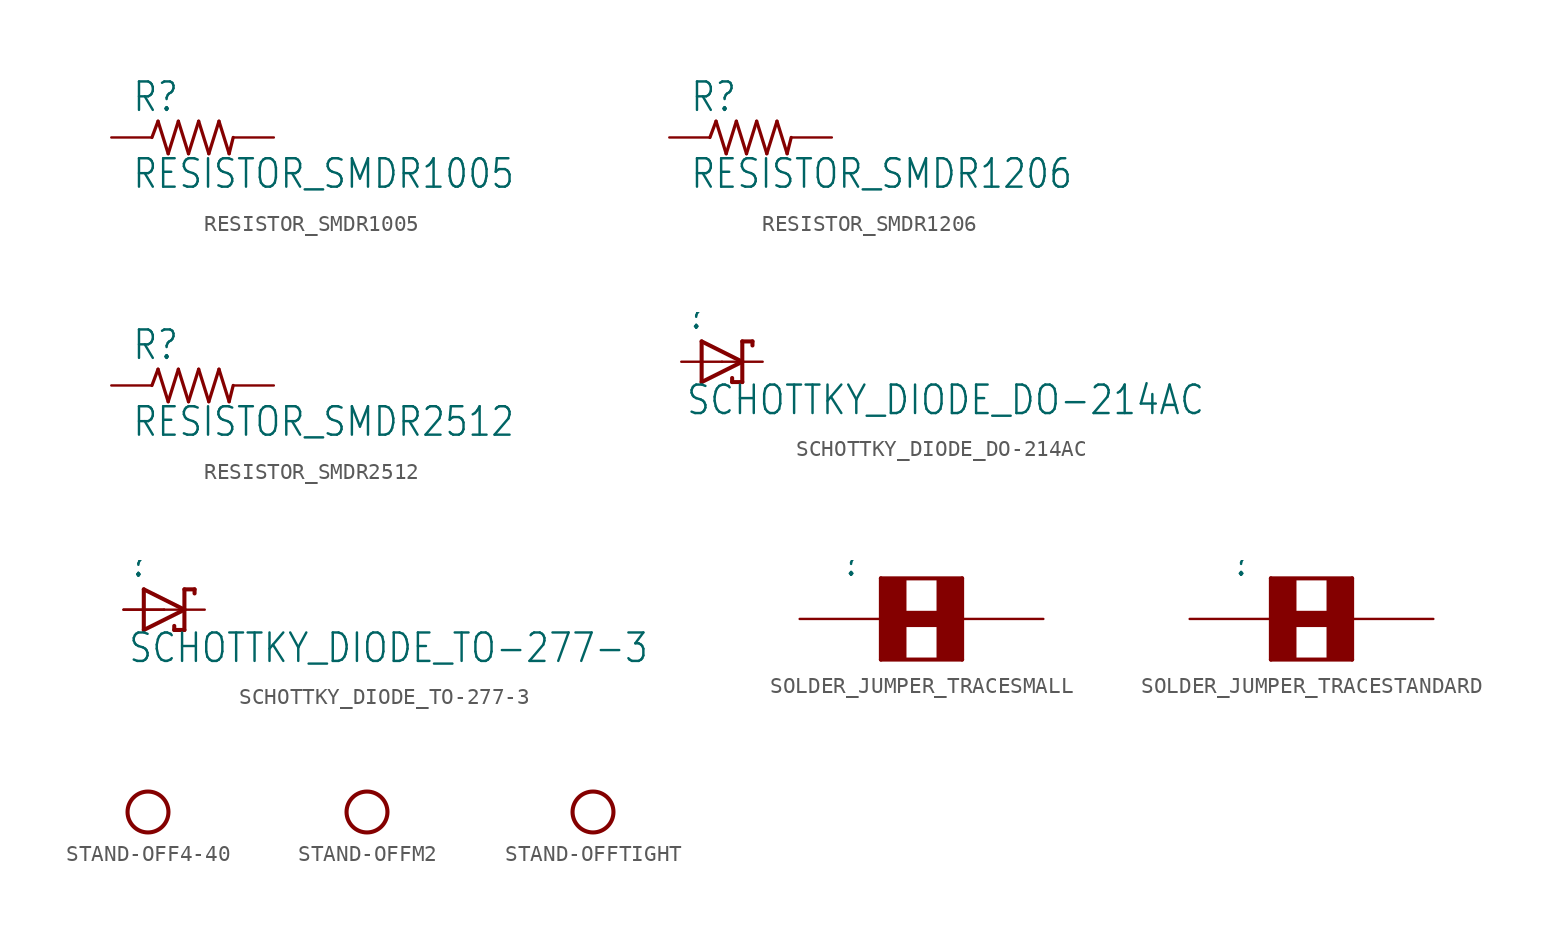
<source format=kicad_sym>
(kicad_symbol_lib
  (version 20211014)
  (generator kicad_symbol_editor)
  (symbol "RESISTOR_SMDR1005"
    (property "Reference" "R"
      (at -3.81 1.499 0)
      (effects (font (size 1.778 1.511)) (justify left bottom)))
    (property "Value" "RESISTOR_SMDR1005"
      (at -3.81 -3.302 0)
      (effects (font (size 1.778 1.511)) (justify left bottom)))
    (property "ki_locked" ""
      (at 0 0 0)
      (effects (font (size 1.27 1.27))))
    (symbol "RESISTOR_SMDR1005_1_0"
      (polyline (pts (xy -2.54 0) (xy -2.159 1.016)) (stroke (width 0.203) (type default) (color 0 0 0 0)) (fill (type none)))
      (polyline (pts (xy -2.159 1.016) (xy -1.524 -1.016)) (stroke (width 0.203) (type default) (color 0 0 0 0)) (fill (type none)))
      (polyline (pts (xy -1.524 -1.016) (xy -0.889 1.016)) (stroke (width 0.203) (type default) (color 0 0 0 0)) (fill (type none)))
      (polyline (pts (xy -0.889 1.016) (xy -0.254 -1.016)) (stroke (width 0.203) (type default) (color 0 0 0 0)) (fill (type none)))
      (polyline (pts (xy -0.254 -1.016) (xy 0.381 1.016)) (stroke (width 0.203) (type default) (color 0 0 0 0)) (fill (type none)))
      (polyline (pts (xy 0.381 1.016) (xy 1.016 -1.016)) (stroke (width 0.203) (type default) (color 0 0 0 0)) (fill (type none)))
      (polyline (pts (xy 1.016 -1.016) (xy 1.651 1.016)) (stroke (width 0.203) (type default) (color 0 0 0 0)) (fill (type none)))
      (polyline (pts (xy 1.651 1.016) (xy 2.286 -1.016)) (stroke (width 0.203) (type default) (color 0 0 0 0)) (fill (type none)))
      (polyline (pts (xy 2.286 -1.016) (xy 2.54 0)) (stroke (width 0.203) (type default) (color 0 0 0 0)) (fill (type none)))
      (pin passive line (at -5.08 0 0) (length 2.54) (name "1" (effects (font (size 0 0)))) (number "1" (effects (font (size 0 0)))))
      (pin passive line (at 5.08 0 180) (length 2.54) (name "2" (effects (font (size 0 0)))) (number "2" (effects (font (size 0 0)))))))
  (symbol "RESISTOR_SMDR1206"
    (property "Reference" "R"
      (at -3.81 1.499 0)
      (effects (font (size 1.778 1.511)) (justify left bottom)))
    (property "Value" "RESISTOR_SMDR1206"
      (at -3.81 -3.302 0)
      (effects (font (size 1.778 1.511)) (justify left bottom)))
    (property "ki_locked" ""
      (at 0 0 0)
      (effects (font (size 1.27 1.27))))
    (symbol "RESISTOR_SMDR1206_1_0"
      (polyline (pts (xy -2.54 0) (xy -2.159 1.016)) (stroke (width 0.203) (type default) (color 0 0 0 0)) (fill (type none)))
      (polyline (pts (xy -2.159 1.016) (xy -1.524 -1.016)) (stroke (width 0.203) (type default) (color 0 0 0 0)) (fill (type none)))
      (polyline (pts (xy -1.524 -1.016) (xy -0.889 1.016)) (stroke (width 0.203) (type default) (color 0 0 0 0)) (fill (type none)))
      (polyline (pts (xy -0.889 1.016) (xy -0.254 -1.016)) (stroke (width 0.203) (type default) (color 0 0 0 0)) (fill (type none)))
      (polyline (pts (xy -0.254 -1.016) (xy 0.381 1.016)) (stroke (width 0.203) (type default) (color 0 0 0 0)) (fill (type none)))
      (polyline (pts (xy 0.381 1.016) (xy 1.016 -1.016)) (stroke (width 0.203) (type default) (color 0 0 0 0)) (fill (type none)))
      (polyline (pts (xy 1.016 -1.016) (xy 1.651 1.016)) (stroke (width 0.203) (type default) (color 0 0 0 0)) (fill (type none)))
      (polyline (pts (xy 1.651 1.016) (xy 2.286 -1.016)) (stroke (width 0.203) (type default) (color 0 0 0 0)) (fill (type none)))
      (polyline (pts (xy 2.286 -1.016) (xy 2.54 0)) (stroke (width 0.203) (type default) (color 0 0 0 0)) (fill (type none)))
      (pin passive line (at -5.08 0 0) (length 2.54) (name "1" (effects (font (size 0 0)))) (number "1" (effects (font (size 0 0)))))
      (pin passive line (at 5.08 0 180) (length 2.54) (name "2" (effects (font (size 0 0)))) (number "2" (effects (font (size 0 0)))))))
  (symbol "RESISTOR_SMDR2512"
    (property "Reference" "R"
      (at -3.81 1.499 0)
      (effects (font (size 1.778 1.511)) (justify left bottom)))
    (property "Value" "RESISTOR_SMDR2512"
      (at -3.81 -3.302 0)
      (effects (font (size 1.778 1.511)) (justify left bottom)))
    (property "ki_locked" ""
      (at 0 0 0)
      (effects (font (size 1.27 1.27))))
    (symbol "RESISTOR_SMDR2512_1_0"
      (polyline (pts (xy -2.54 0) (xy -2.159 1.016)) (stroke (width 0.203) (type default) (color 0 0 0 0)) (fill (type none)))
      (polyline (pts (xy -2.159 1.016) (xy -1.524 -1.016)) (stroke (width 0.203) (type default) (color 0 0 0 0)) (fill (type none)))
      (polyline (pts (xy -1.524 -1.016) (xy -0.889 1.016)) (stroke (width 0.203) (type default) (color 0 0 0 0)) (fill (type none)))
      (polyline (pts (xy -0.889 1.016) (xy -0.254 -1.016)) (stroke (width 0.203) (type default) (color 0 0 0 0)) (fill (type none)))
      (polyline (pts (xy -0.254 -1.016) (xy 0.381 1.016)) (stroke (width 0.203) (type default) (color 0 0 0 0)) (fill (type none)))
      (polyline (pts (xy 0.381 1.016) (xy 1.016 -1.016)) (stroke (width 0.203) (type default) (color 0 0 0 0)) (fill (type none)))
      (polyline (pts (xy 1.016 -1.016) (xy 1.651 1.016)) (stroke (width 0.203) (type default) (color 0 0 0 0)) (fill (type none)))
      (polyline (pts (xy 1.651 1.016) (xy 2.286 -1.016)) (stroke (width 0.203) (type default) (color 0 0 0 0)) (fill (type none)))
      (polyline (pts (xy 2.286 -1.016) (xy 2.54 0)) (stroke (width 0.203) (type default) (color 0 0 0 0)) (fill (type none)))
      (pin passive line (at -5.08 0 0) (length 2.54) (name "1" (effects (font (size 0 0)))) (number "P$1" (effects (font (size 0 0)))))
      (pin passive line (at 5.08 0 180) (length 2.54) (name "2" (effects (font (size 0 0)))) (number "P$2" (effects (font (size 0 0)))))))
  (symbol "SCHOTTKY_DIODE_DO-214AC"
    (property "Reference" ""
      (at -2.286 1.905 0)
      (effects (font (size 1.778 1.511)) (justify left bottom)))
    (property "Value" "SCHOTTKY_DIODE_DO-214AC"
      (at -2.286 -3.429 0)
      (effects (font (size 1.778 1.511)) (justify left bottom)))
    (property "ki_locked" ""
      (at 0 0 0)
      (effects (font (size 1.27 1.27))))
    (symbol "SCHOTTKY_DIODE_DO-214AC_1_0"
      (polyline (pts (xy -1.27 -1.27) (xy 1.27 0)) (stroke (width 0.254) (type default) (color 0 0 0 0)) (fill (type none)))
      (polyline (pts (xy -1.27 1.27) (xy -1.27 -1.27)) (stroke (width 0.254) (type default) (color 0 0 0 0)) (fill (type none)))
      (polyline (pts (xy 0.635 -1.016) (xy 0.635 -1.27)) (stroke (width 0.254) (type default) (color 0 0 0 0)) (fill (type none)))
      (polyline (pts (xy 1.27 -1.27) (xy 0.635 -1.27)) (stroke (width 0.254) (type default) (color 0 0 0 0)) (fill (type none)))
      (polyline (pts (xy 1.27 0) (xy -1.27 1.27)) (stroke (width 0.254) (type default) (color 0 0 0 0)) (fill (type none)))
      (polyline (pts (xy 1.27 0) (xy 1.27 -1.27)) (stroke (width 0.254) (type default) (color 0 0 0 0)) (fill (type none)))
      (polyline (pts (xy 1.27 1.27) (xy 1.27 0)) (stroke (width 0.254) (type default) (color 0 0 0 0)) (fill (type none)))
      (polyline (pts (xy 1.905 1.27) (xy 1.27 1.27)) (stroke (width 0.254) (type default) (color 0 0 0 0)) (fill (type none)))
      (polyline (pts (xy 1.905 1.27) (xy 1.905 1.016)) (stroke (width 0.254) (type default) (color 0 0 0 0)) (fill (type none)))
      (pin passive line (at -2.54 0 0) (length 2.54) (name "A" (effects (font (size 0 0)))) (number "A" (effects (font (size 0 0)))))
      (pin passive line (at 2.54 0 180) (length 2.54) (name "C" (effects (font (size 0 0)))) (number "C" (effects (font (size 0 0)))))))
  (symbol "SCHOTTKY_DIODE_TO-277-3"
    (property "Reference" ""
      (at -2.286 1.905 0)
      (effects (font (size 1.778 1.511)) (justify left bottom)))
    (property "Value" "SCHOTTKY_DIODE_TO-277-3"
      (at -2.286 -3.429 0)
      (effects (font (size 1.778 1.511)) (justify left bottom)))
    (property "ki_locked" ""
      (at 0 0 0)
      (effects (font (size 1.27 1.27))))
    (symbol "SCHOTTKY_DIODE_TO-277-3_1_0"
      (polyline (pts (xy -1.27 -1.27) (xy 1.27 0)) (stroke (width 0.254) (type default) (color 0 0 0 0)) (fill (type none)))
      (polyline (pts (xy -1.27 1.27) (xy -1.27 -1.27)) (stroke (width 0.254) (type default) (color 0 0 0 0)) (fill (type none)))
      (polyline (pts (xy 0.635 -1.016) (xy 0.635 -1.27)) (stroke (width 0.254) (type default) (color 0 0 0 0)) (fill (type none)))
      (polyline (pts (xy 1.27 -1.27) (xy 0.635 -1.27)) (stroke (width 0.254) (type default) (color 0 0 0 0)) (fill (type none)))
      (polyline (pts (xy 1.27 0) (xy -1.27 1.27)) (stroke (width 0.254) (type default) (color 0 0 0 0)) (fill (type none)))
      (polyline (pts (xy 1.27 0) (xy 1.27 -1.27)) (stroke (width 0.254) (type default) (color 0 0 0 0)) (fill (type none)))
      (polyline (pts (xy 1.27 1.27) (xy 1.27 0)) (stroke (width 0.254) (type default) (color 0 0 0 0)) (fill (type none)))
      (polyline (pts (xy 1.905 1.27) (xy 1.27 1.27)) (stroke (width 0.254) (type default) (color 0 0 0 0)) (fill (type none)))
      (polyline (pts (xy 1.905 1.27) (xy 1.905 1.016)) (stroke (width 0.254) (type default) (color 0 0 0 0)) (fill (type none)))
      (pin passive line (at -2.54 0 0) (length 2.54) (name "A" (effects (font (size 0 0)))) (number "P$1" (effects (font (size 0 0)))))
      (pin passive line (at -2.54 0 0) (length 2.54) (name "A" (effects (font (size 0 0)))) (number "P$2" (effects (font (size 0 0)))))
      (pin passive line (at 2.54 0 180) (length 2.54) (name "C" (effects (font (size 0 0)))) (number "P$3" (effects (font (size 0 0)))))))
  (symbol "SOLDER_JUMPER_TRACESMALL"
    (property "Reference" ""
      (at -5.08 2.54 0)
      (effects (font (size 1.778 1.511)) (justify left bottom)))
    (property "ki_locked" ""
      (at 0 0 0)
      (effects (font (size 1.27 1.27))))
    (symbol "SOLDER_JUMPER_TRACESMALL_1_0"
      (rectangle (start -2.54 -2.54) (end -1.016 2.54) (stroke (width 0) (type default) (color 0 0 0 0)) (fill (type outline)))
      (polyline (pts (xy -2.54 -2.54) (xy -2.54 2.54)) (stroke (width 0.254) (type default) (color 0 0 0 0)) (fill (type none)))
      (polyline (pts (xy -2.54 2.54) (xy 2.54 2.54)) (stroke (width 0.254) (type default) (color 0 0 0 0)) (fill (type none)))
      (polyline (pts (xy -1.524 0) (xy 1.524 0)) (stroke (width 1.016) (type default) (color 0 0 0 0)) (fill (type none)))
      (polyline (pts (xy 2.54 -2.54) (xy -2.54 -2.54)) (stroke (width 0.254) (type default) (color 0 0 0 0)) (fill (type none)))
      (polyline (pts (xy 2.54 2.54) (xy 2.54 -2.54)) (stroke (width 0.254) (type default) (color 0 0 0 0)) (fill (type none)))
      (rectangle (start 1.016 -2.54) (end 2.54 2.54) (stroke (width 0) (type default) (color 0 0 0 0)) (fill (type outline)))
      (pin bidirectional line (at -7.62 0 0) (length 5.08) (name "P$1" (effects (font (size 0 0)))) (number "1" (effects (font (size 0 0)))))
      (pin bidirectional line (at 7.62 0 180) (length 5.08) (name "P$2" (effects (font (size 0 0)))) (number "2" (effects (font (size 0 0)))))))
  (symbol "SOLDER_JUMPER_TRACESTANDARD"
    (property "Reference" ""
      (at -5.08 2.54 0)
      (effects (font (size 1.778 1.511)) (justify left bottom)))
    (property "ki_locked" ""
      (at 0 0 0)
      (effects (font (size 1.27 1.27))))
    (symbol "SOLDER_JUMPER_TRACESTANDARD_1_0"
      (rectangle (start -2.54 -2.54) (end -1.016 2.54) (stroke (width 0) (type default) (color 0 0 0 0)) (fill (type outline)))
      (polyline (pts (xy -2.54 -2.54) (xy -2.54 2.54)) (stroke (width 0.254) (type default) (color 0 0 0 0)) (fill (type none)))
      (polyline (pts (xy -2.54 2.54) (xy 2.54 2.54)) (stroke (width 0.254) (type default) (color 0 0 0 0)) (fill (type none)))
      (polyline (pts (xy -1.524 0) (xy 1.524 0)) (stroke (width 1.016) (type default) (color 0 0 0 0)) (fill (type none)))
      (polyline (pts (xy 2.54 -2.54) (xy -2.54 -2.54)) (stroke (width 0.254) (type default) (color 0 0 0 0)) (fill (type none)))
      (polyline (pts (xy 2.54 2.54) (xy 2.54 -2.54)) (stroke (width 0.254) (type default) (color 0 0 0 0)) (fill (type none)))
      (rectangle (start 1.016 -2.54) (end 2.54 2.54) (stroke (width 0) (type default) (color 0 0 0 0)) (fill (type outline)))
      (pin bidirectional line (at -7.62 0 0) (length 5.08) (name "P$1" (effects (font (size 0 0)))) (number "1" (effects (font (size 0 0)))))
      (pin bidirectional line (at 7.62 0 180) (length 5.08) (name "P$2" (effects (font (size 0 0)))) (number "2" (effects (font (size 0 0)))))))
  (symbol "STAND-OFF4-40"
    (property "Reference" "STANDOFF"
      (at 0 0 0)
      (effects (font (size 1.27 1.27)) hide))
    (property "ki_locked" ""
      (at 0 0 0)
      (effects (font (size 1.27 1.27))))
    (symbol "STAND-OFF4-40_1_0"
      (circle (center 0 0) (radius 1.27) (stroke (width 0.254) (type default) (color 0 0 0 0)) (fill (type none)))))
  (symbol "STAND-OFFM2"
    (property "Reference" "STANDOFF"
      (at 0 0 0)
      (effects (font (size 1.27 1.27)) hide))
    (property "ki_locked" ""
      (at 0 0 0)
      (effects (font (size 1.27 1.27))))
    (symbol "STAND-OFFM2_1_0"
      (circle (center 0 0) (radius 1.27) (stroke (width 0.254) (type default) (color 0 0 0 0)) (fill (type none)))))
  (symbol "STAND-OFFTIGHT"
    (property "Reference" "STANDOFF"
      (at 0 0 0)
      (effects (font (size 1.27 1.27)) hide))
    (property "ki_locked" ""
      (at 0 0 0)
      (effects (font (size 1.27 1.27))))
    (symbol "STAND-OFFTIGHT_1_0"
      (circle (center 0 0) (radius 1.27) (stroke (width 0.254) (type default) (color 0 0 0 0)) (fill (type none))))))
</source>
